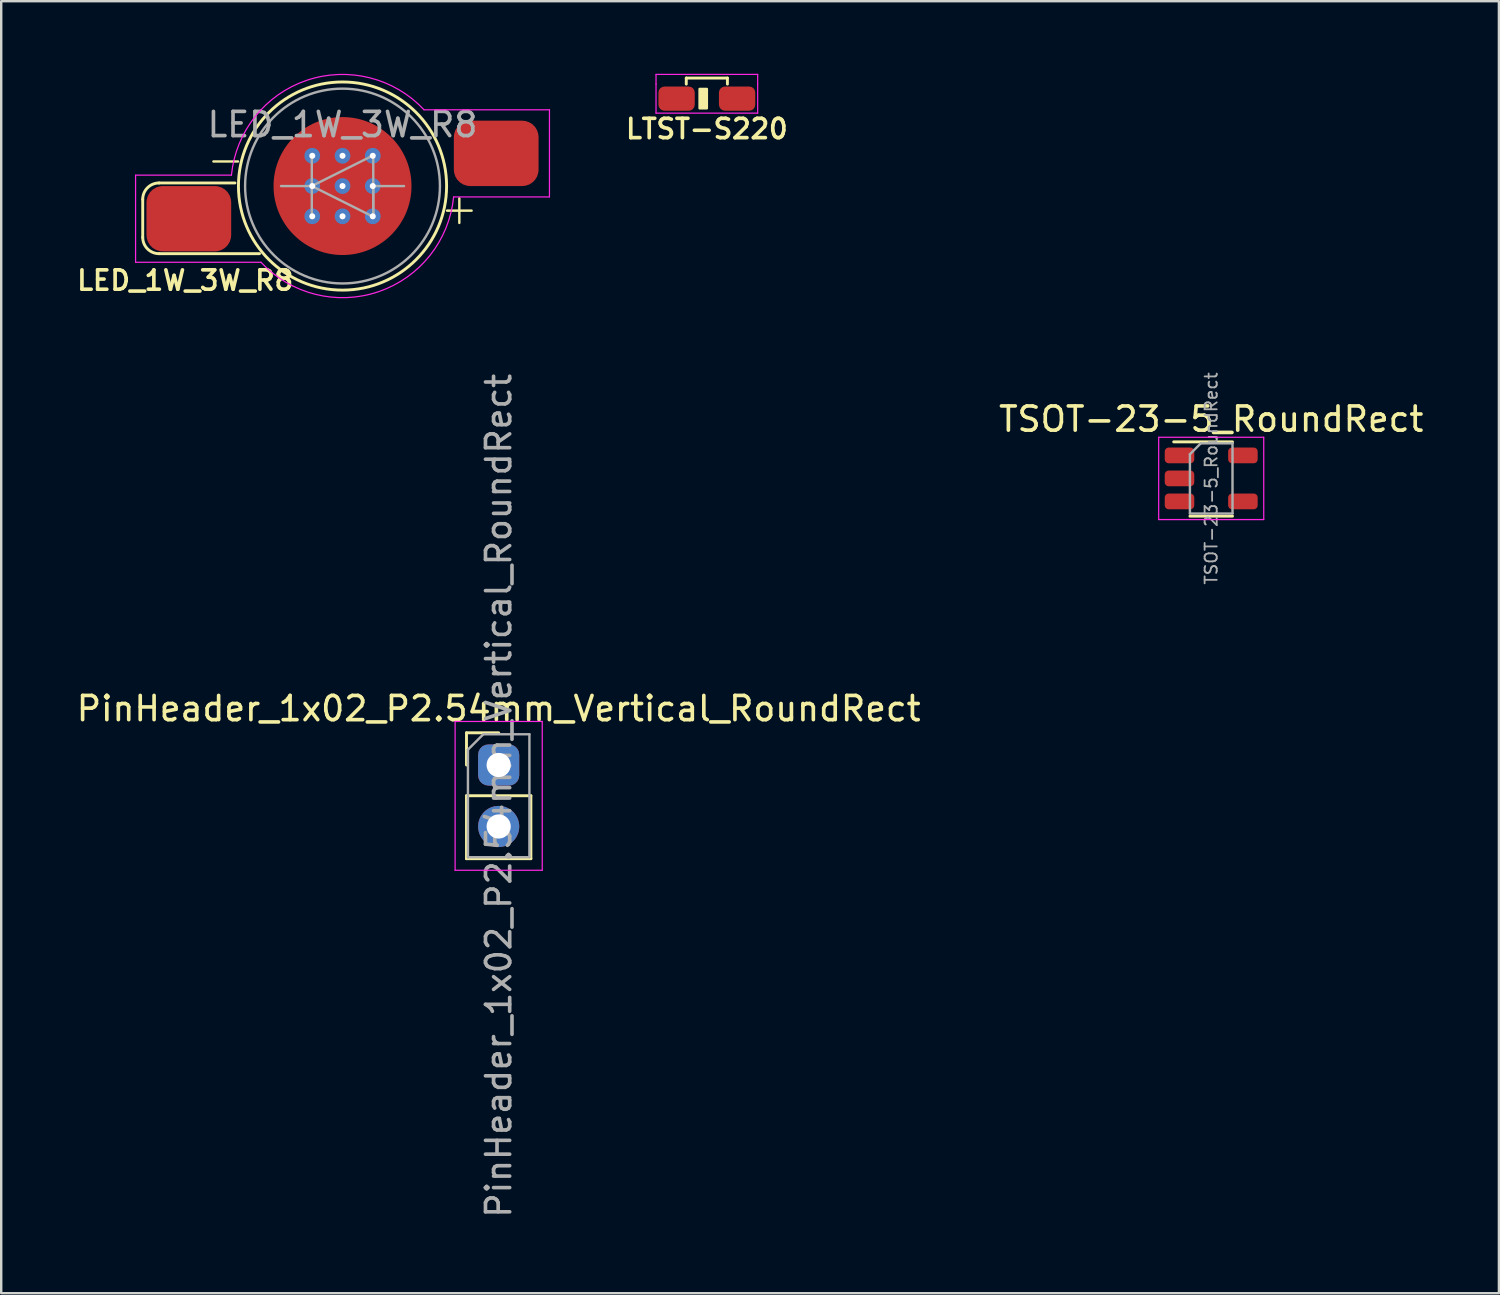
<source format=kicad_pcb>
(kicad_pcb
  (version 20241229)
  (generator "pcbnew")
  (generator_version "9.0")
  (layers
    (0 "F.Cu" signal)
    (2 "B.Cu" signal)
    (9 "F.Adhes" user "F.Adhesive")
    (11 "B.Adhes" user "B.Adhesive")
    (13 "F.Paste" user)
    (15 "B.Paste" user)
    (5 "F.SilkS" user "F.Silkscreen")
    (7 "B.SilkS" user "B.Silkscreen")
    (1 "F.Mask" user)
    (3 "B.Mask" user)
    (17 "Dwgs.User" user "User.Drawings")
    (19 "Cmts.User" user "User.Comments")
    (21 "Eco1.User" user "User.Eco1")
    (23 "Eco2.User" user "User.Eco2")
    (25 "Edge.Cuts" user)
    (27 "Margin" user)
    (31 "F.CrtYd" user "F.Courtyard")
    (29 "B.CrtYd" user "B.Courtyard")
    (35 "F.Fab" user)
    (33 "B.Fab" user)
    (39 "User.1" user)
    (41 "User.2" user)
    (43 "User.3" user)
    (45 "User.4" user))
  (footprint "LED_1W_3W_R8"
    (layer "F.Cu")
    (at 11.102 4.637)
    (property "Reference" "LED_1W_3W_R8" (at -6.5 3.9 180) (layer "F.SilkS") (effects (font (size 0.8 0.8) (thickness 0.15))))
    (attr smd)
    (fp_line (start -8.255 0.548) (end -8.255 2.119) (stroke (width 0.12) (type solid)) (layer "F.SilkS"))
    (fp_line (start -7.58 2.794) (end -3.429 2.794) (stroke (width 0.12) (type solid)) (layer "F.SilkS"))
    (fp_line (start -5.334 -1.016) (end -4.318 -1.016) (stroke (width 0.1) (type solid)) (layer "F.SilkS"))
    (fp_line (start -4.445 -0.127) (end -7.58 -0.127) (stroke (width 0.12) (type solid)) (layer "F.SilkS"))
    (fp_line (start 4.318 1.016) (end 5.334 1.016) (stroke (width 0.1) (type solid)) (layer "F.SilkS"))
    (fp_line (start 4.826 1.524) (end 4.826 0.508) (stroke (width 0.1) (type solid)) (layer "F.SilkS"))
    (fp_arc (start -8.255 0.548) (mid -8.057297 0.070703) (end -7.58 -0.127) (stroke (width 0.12) (type solid)) (layer "F.SilkS"))
    (fp_arc (start -7.58 2.794) (mid -8.057297 2.596297) (end -8.255 2.119) (stroke (width 0.12) (type solid)) (layer "F.SilkS"))
    (fp_circle (center 0 0) (end -4.3 0) (stroke (width 0.12) (type solid)) (fill no) (layer "F.SilkS"))
    (fp_line (start -8.55 -0.45) (end -8.55 3.15) (stroke (width 0.05) (type solid)) (layer "F.CrtYd"))
    (fp_line (start -8.55 3.15) (end -3.37 3.15) (stroke (width 0.05) (type solid)) (layer "F.CrtYd"))
    (fp_line (start -4.59 -0.45) (end -8.55 -0.45) (stroke (width 0.05) (type solid)) (layer "F.CrtYd"))
    (fp_line (start 3.37 -3.15) (end 8.55 -3.15) (stroke (width 0.05) (type solid)) (layer "F.CrtYd"))
    (fp_line (start 8.55 -3.15) (end 8.55 0.45) (stroke (width 0.05) (type solid)) (layer "F.CrtYd"))
    (fp_line (start 8.55 0.45) (end 4.59 0.45) (stroke (width 0.05) (type solid)) (layer "F.CrtYd"))
    (fp_arc (start -4.59 -0.45) (mid -1.481265 -4.36766) (end 3.369303 -3.149349) (stroke (width 0.05) (type solid)) (layer "F.CrtYd"))
    (fp_arc (start 4.59 0.45) (mid 1.481265 4.36766) (end -3.369303 3.149349) (stroke (width 0.05) (type solid)) (layer "F.CrtYd"))
    (fp_line (start -2.54 0) (end -1.27 0) (stroke (width 0.1) (type solid)) (layer "F.Fab"))
    (fp_line (start -1.27 -1.27) (end -1.27 1.27) (stroke (width 0.1) (type solid)) (layer "F.Fab"))
    (fp_line (start -1.27 0) (end 1.27 -1.27) (stroke (width 0.1) (type solid)) (layer "F.Fab"))
    (fp_line (start -1.27 0) (end 1.27 1.27) (stroke (width 0.1) (type solid)) (layer "F.Fab"))
    (fp_line (start 1.27 -1.27) (end 1.27 1.27) (stroke (width 0.1) (type solid)) (layer "F.Fab"))
    (fp_line (start 1.27 0) (end 2.54 0) (stroke (width 0.1) (type solid)) (layer "F.Fab"))
    (fp_line (start 1.27 1.27) (end 1.27 0) (stroke (width 0.1) (type solid)) (layer "F.Fab"))
    (fp_circle (center 0 0) (end 4.025 0) (stroke (width 0.1) (type solid)) (fill no) (layer "F.Fab"))
    (fp_text user "${REFERENCE}" (at 0 -2.54 180) (layer "F.Fab") (effects (font (size 1 1) (thickness 0.15))))
    (pad "1" smd roundrect (at -6.35 1.35) (size 3.5 2.7) (layers "F.Cu" "F.Mask" "F.Paste") (roundrect_rratio 0.25))
    (pad "2" smd roundrect (at 6.35 -1.35) (size 3.5 2.7) (layers "F.Cu" "F.Mask" "F.Paste") (roundrect_rratio 0.25))
    (pad "3" thru_hole circle (at -1.25 -1.25) (size 0.65 0.65) (drill 0.25) (layers "*.Cu"))
    (pad "3" thru_hole circle (at -1.25 0) (size 0.65 0.65) (drill 0.25) (layers "*.Cu"))
    (pad "3" thru_hole circle (at -1.25 1.25) (size 0.65 0.65) (drill 0.25) (layers "*.Cu"))
    (pad "3" thru_hole circle (at 0 -1.25) (size 0.65 0.65) (drill 0.25) (layers "*.Cu"))
    (pad "3" thru_hole circle (at 0 0) (size 0.65 0.65) (drill 0.25) (layers "*.Cu"))
    (pad "3" smd circle (at 0 0) (size 5.7 5.7) (layers "F.Cu" "F.Mask" "F.Paste"))
    (pad "3" thru_hole circle (at 0 1.25) (size 0.65 0.65) (drill 0.25) (layers "*.Cu"))
    (pad "3" thru_hole circle (at 1.25 -1.25) (size 0.65 0.65) (drill 0.25) (layers "*.Cu"))
    (pad "3" thru_hole circle (at 1.25 0) (size 0.65 0.65) (drill 0.25) (layers "*.Cu"))
    (pad "3" thru_hole circle (at 1.25 1.25) (size 0.65 0.65) (drill 0.25) (layers "*.Cu")))
  (footprint "LTST-S220"
    (layer "F.Cu")
    (at 26.155 1.025)
    (property "Reference" "LTST-S220" (at 0 1.25 0) (layer "F.SilkS") (effects (font (size 0.8 0.8) (thickness 0.15))))
    (attr through_hole)
    (fp_line (start -0.85 -0.85) (end -0.85 -0.6) (stroke (width 0.12) (type solid)) (layer "F.SilkS"))
    (fp_line (start 0.85 -0.85) (end -0.85 -0.85) (stroke (width 0.12) (type solid)) (layer "F.SilkS"))
    (fp_line (start 0.85 -0.6) (end 0.85 -0.85) (stroke (width 0.12) (type solid)) (layer "F.SilkS"))
    (fp_poly (pts (xy 0 0.4) (xy -0.3 0.4) (xy -0.3 -0.4) (xy 0 -0.4)) (stroke (width 0.1) (type solid)) (fill yes) (layer "F.SilkS"))
    (fp_line (start -2.1 -1) (end -2.1 -0.6) (stroke (width 0.05) (type solid)) (layer "F.CrtYd"))
    (fp_line (start -2.1 -0.6) (end -2.1 0.6) (stroke (width 0.05) (type solid)) (layer "F.CrtYd"))
    (fp_line (start -2.1 0.6) (end 2.1 0.6) (stroke (width 0.05) (type solid)) (layer "F.CrtYd"))
    (fp_line (start 2.1 -1) (end -2.1 -1) (stroke (width 0.05) (type solid)) (layer "F.CrtYd"))
    (fp_line (start 2.1 -0.6) (end 2.1 -1) (stroke (width 0.05) (type solid)) (layer "F.CrtYd"))
    (fp_line (start 2.1 0.6) (end 2.1 -0.6) (stroke (width 0.05) (type solid)) (layer "F.CrtYd"))
    (pad "1" smd roundrect (at -1.25 0) (size 1.5 1) (layers "F.Cu" "F.Mask" "F.Paste") (roundrect_rratio 0.25))
    (pad "2" smd roundrect (at 1.25 0) (size 1.5 1) (layers "F.Cu" "F.Mask" "F.Paste") (roundrect_rratio 0.25)))
  (footprint "TSOT-23-5_RoundRect"
    (layer "F.Cu")
    (at 46.994 16.717)
    (property "Reference" "TSOT-23-5_RoundRect" (at 0 -2.45 0) (layer "F.SilkS") (effects (font (size 1 1) (thickness 0.15))))
    (attr smd)
    (fp_line (start -0.88 1.56) (end 0.88 1.56) (stroke (width 0.12) (type solid)) (layer "F.SilkS"))
    (fp_line (start 0.88 -1.51) (end -1.55 -1.51) (stroke (width 0.12) (type solid)) (layer "F.SilkS"))
    (fp_line (start -2.17 -1.7) (end -2.17 1.7) (stroke (width 0.05) (type solid)) (layer "F.CrtYd"))
    (fp_line (start -2.17 -1.7) (end 2.17 -1.7) (stroke (width 0.05) (type solid)) (layer "F.CrtYd"))
    (fp_line (start 2.17 1.7) (end -2.17 1.7) (stroke (width 0.05) (type solid)) (layer "F.CrtYd"))
    (fp_line (start 2.17 1.7) (end 2.17 -1.7) (stroke (width 0.05) (type solid)) (layer "F.CrtYd"))
    (fp_line (start -0.88 -1) (end -0.88 1.45) (stroke (width 0.1) (type solid)) (layer "F.Fab"))
    (fp_line (start -0.88 -1) (end -0.43 -1.45) (stroke (width 0.1) (type solid)) (layer "F.Fab"))
    (fp_line (start 0.88 -1.45) (end -0.43 -1.45) (stroke (width 0.1) (type solid)) (layer "F.Fab"))
    (fp_line (start 0.88 -1.45) (end 0.88 1.45) (stroke (width 0.1) (type solid)) (layer "F.Fab"))
    (fp_line (start 0.88 1.45) (end -0.88 1.45) (stroke (width 0.1) (type solid)) (layer "F.Fab"))
    (fp_text user "${REFERENCE}" (at 0 0 90) (layer "F.Fab") (effects (font (size 0.5 0.5) (thickness 0.075))))
    (pad "1" smd roundrect (at -1.31 -0.95) (size 1.22 0.65) (layers "F.Cu" "F.Mask" "F.Paste") (roundrect_rratio 0.25))
    (pad "2" smd roundrect (at -1.31 0) (size 1.22 0.65) (layers "F.Cu" "F.Mask" "F.Paste") (roundrect_rratio 0.25))
    (pad "3" smd roundrect (at -1.31 0.95) (size 1.22 0.65) (layers "F.Cu" "F.Mask" "F.Paste") (roundrect_rratio 0.25))
    (pad "4" smd roundrect (at 1.31 0.95) (size 1.22 0.65) (layers "F.Cu" "F.Mask" "F.Paste") (roundrect_rratio 0.25))
    (pad "5" smd roundrect (at 1.31 -0.95) (size 1.22 0.65) (layers "F.Cu" "F.Mask" "F.Paste") (roundrect_rratio 0.25)))
  (footprint "PinHeader_1x02_P2.54mm_Vertical_RoundRect"
    (layer "F.Cu")
    (at 17.554 28.558)
    (property "Reference" "PinHeader_1x02_P2.54mm_Vertical_RoundRect" (at 0 -2.33 0) (layer "F.SilkS") (effects (font (size 1 1) (thickness 0.15))))
    (attr through_hole)
    (fp_line (start -1.33 -1.33) (end 0 -1.33) (stroke (width 0.12) (type solid)) (layer "F.SilkS"))
    (fp_line (start -1.33 0) (end -1.33 -1.33) (stroke (width 0.12) (type solid)) (layer "F.SilkS"))
    (fp_line (start -1.33 1.27) (end -1.33 3.87) (stroke (width 0.12) (type solid)) (layer "F.SilkS"))
    (fp_line (start -1.33 1.27) (end 1.33 1.27) (stroke (width 0.12) (type solid)) (layer "F.SilkS"))
    (fp_line (start -1.33 3.87) (end 1.33 3.87) (stroke (width 0.12) (type solid)) (layer "F.SilkS"))
    (fp_line (start 1.33 1.27) (end 1.33 3.87) (stroke (width 0.12) (type solid)) (layer "F.SilkS"))
    (fp_line (start -1.8 -1.8) (end -1.8 4.35) (stroke (width 0.05) (type solid)) (layer "F.CrtYd"))
    (fp_line (start -1.8 4.35) (end 1.8 4.35) (stroke (width 0.05) (type solid)) (layer "F.CrtYd"))
    (fp_line (start 1.8 -1.8) (end -1.8 -1.8) (stroke (width 0.05) (type solid)) (layer "F.CrtYd"))
    (fp_line (start 1.8 4.35) (end 1.8 -1.8) (stroke (width 0.05) (type solid)) (layer "F.CrtYd"))
    (fp_line (start -1.27 -0.635) (end -0.635 -1.27) (stroke (width 0.1) (type solid)) (layer "F.Fab"))
    (fp_line (start -1.27 3.81) (end -1.27 -0.635) (stroke (width 0.1) (type solid)) (layer "F.Fab"))
    (fp_line (start -0.635 -1.27) (end 1.27 -1.27) (stroke (width 0.1) (type solid)) (layer "F.Fab"))
    (fp_line (start 1.27 -1.27) (end 1.27 3.81) (stroke (width 0.1) (type solid)) (layer "F.Fab"))
    (fp_line (start 1.27 3.81) (end -1.27 3.81) (stroke (width 0.1) (type solid)) (layer "F.Fab"))
    (fp_text user "${REFERENCE}" (at 0 1.27 90) (layer "F.Fab") (effects (font (size 1 1) (thickness 0.15))))
    (pad "1" thru_hole roundrect (at 0 0) (size 1.7 1.7) (drill 1) (layers "*.Cu" "*.Mask") (roundrect_rratio 0.25))
    (pad "2" thru_hole oval (at 0 2.54) (size 1.7 1.7) (drill 1) (layers "*.Cu" "*.Mask")))
  (gr_rect
    (start -3 -3)
    (end 58.881 50.381)
    (stroke (width 0.1) (type default))
    (fill no)
    (layer "Edge.Cuts")))
</source>
